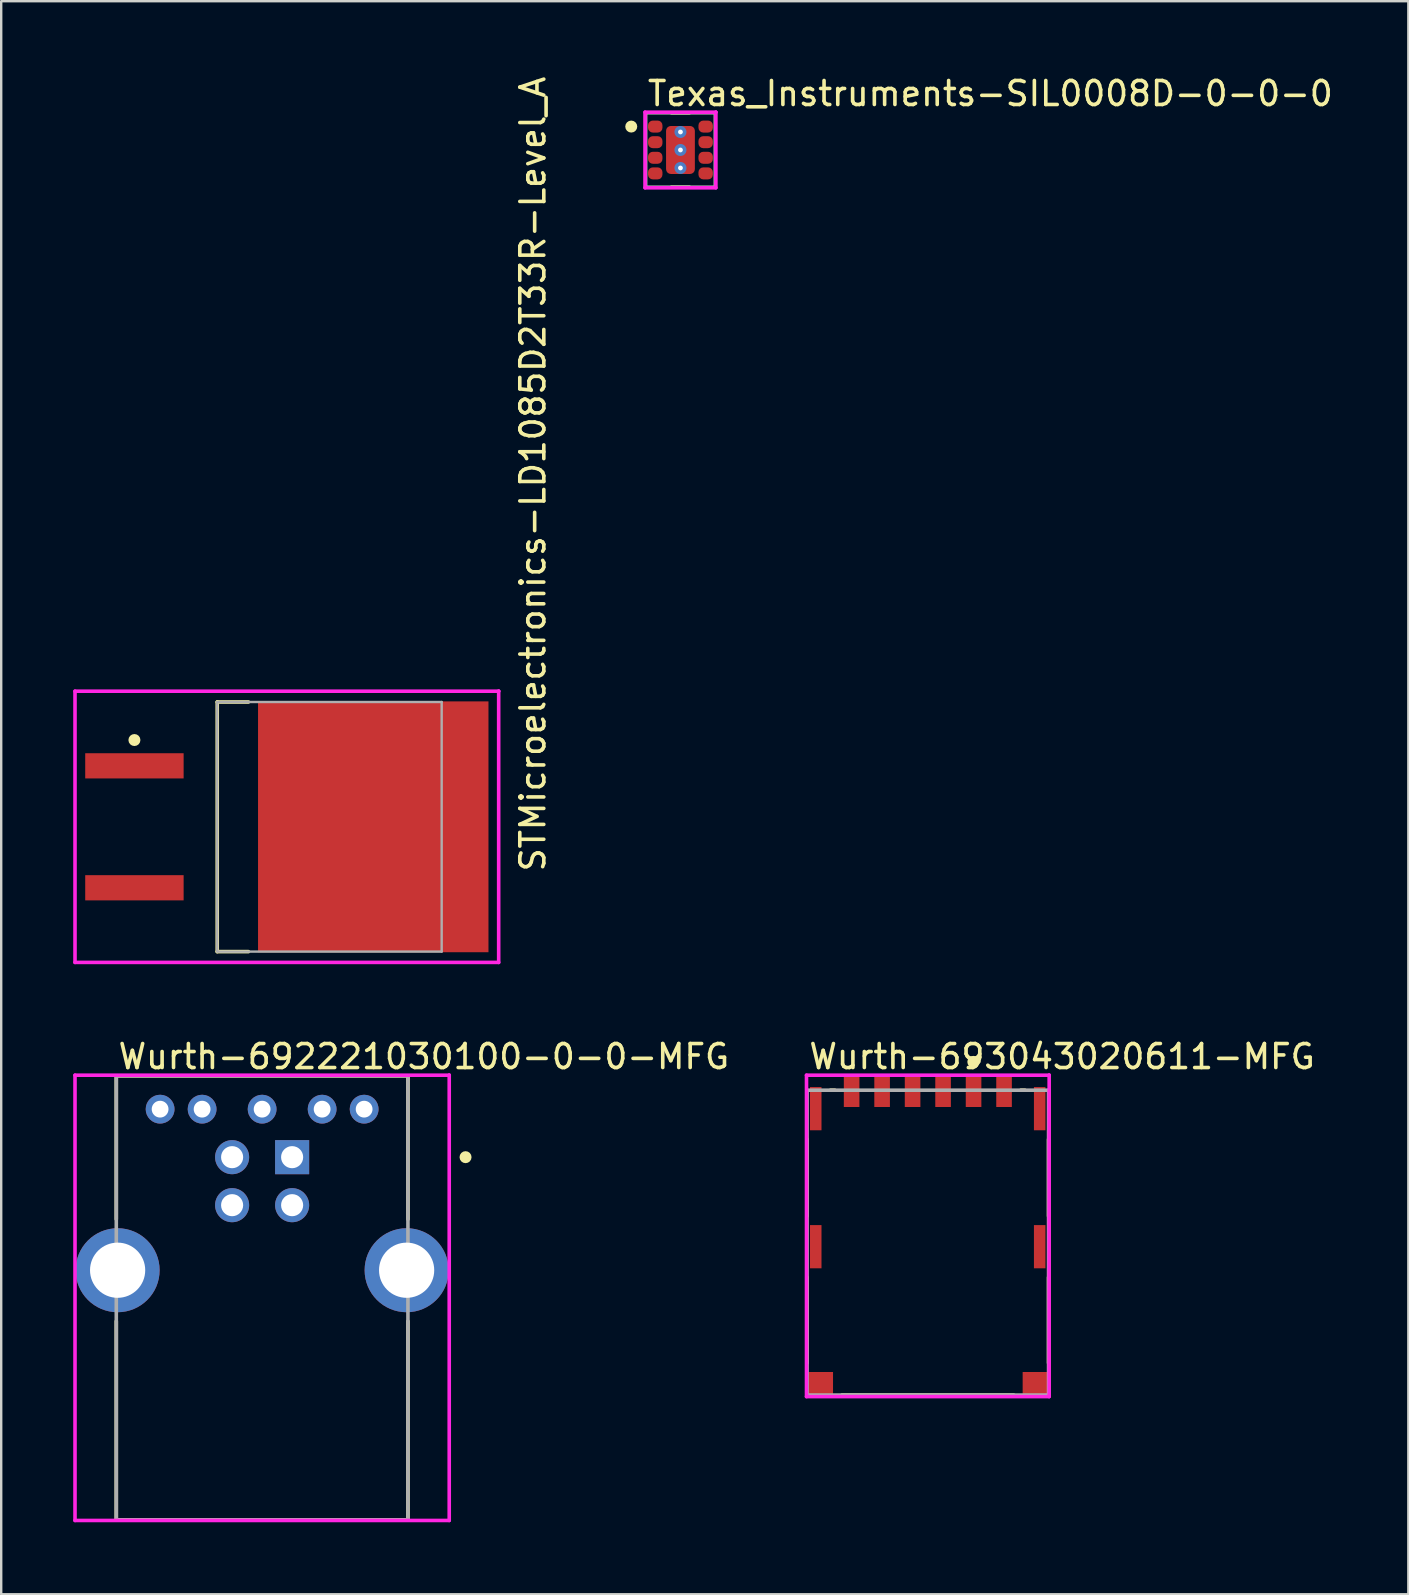
<source format=kicad_pcb>
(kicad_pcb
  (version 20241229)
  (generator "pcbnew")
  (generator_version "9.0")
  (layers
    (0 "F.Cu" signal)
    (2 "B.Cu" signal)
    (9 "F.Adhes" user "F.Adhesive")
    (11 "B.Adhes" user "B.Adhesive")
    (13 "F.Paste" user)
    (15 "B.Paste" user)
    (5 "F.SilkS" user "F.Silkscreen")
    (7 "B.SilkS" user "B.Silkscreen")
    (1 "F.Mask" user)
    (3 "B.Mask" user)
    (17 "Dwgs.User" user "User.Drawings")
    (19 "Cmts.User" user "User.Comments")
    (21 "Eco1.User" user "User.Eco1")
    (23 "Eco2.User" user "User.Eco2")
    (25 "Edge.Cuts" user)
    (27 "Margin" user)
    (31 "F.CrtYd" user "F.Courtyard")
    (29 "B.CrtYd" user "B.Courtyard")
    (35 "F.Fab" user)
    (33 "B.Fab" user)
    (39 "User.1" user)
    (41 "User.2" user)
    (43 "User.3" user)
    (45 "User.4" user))
  (footprint "STMicroelectronics-LD1085D2T33R-Level_A"
    (layer "F.Cu")
    (at 8.9 31.395)
    (property "Reference" "STMicroelectronics-LD1085D2T33R-Level_A" (at 10.25 1.95 90) (layer "F.SilkS") (effects (font (size 1 1) (thickness 0.15)) (justify left)))
    (attr through_hole)
    (fp_line (start -2.9 -5.2) (end -1.6 -5.2) (stroke (width 0.15) (type solid)) (layer "F.SilkS"))
    (fp_line (start -2.9 5.2) (end -2.9 -5.2) (stroke (width 0.15) (type solid)) (layer "F.SilkS"))
    (fp_line (start -2.9 5.2) (end -1.6 5.2) (stroke (width 0.15) (type solid)) (layer "F.SilkS"))
    (fp_circle (center -6.35 -3.615) (end -6.225 -3.615) (stroke (width 0.25) (type solid)) (fill no) (layer "F.SilkS"))
    (fp_line (start -8.825 -5.65) (end -8.825 5.65) (stroke (width 0.15) (type solid)) (layer "F.CrtYd"))
    (fp_line (start -8.825 5.65) (end 8.825 5.65) (stroke (width 0.15) (type solid)) (layer "F.CrtYd"))
    (fp_line (start 8.825 -5.65) (end -8.825 -5.65) (stroke (width 0.15) (type solid)) (layer "F.CrtYd"))
    (fp_line (start 8.825 -5.65) (end 8.825 -5.65) (stroke (width 0.15) (type solid)) (layer "F.CrtYd"))
    (fp_line (start 8.825 5.65) (end 8.825 -5.65) (stroke (width 0.15) (type solid)) (layer "F.CrtYd"))
    (fp_line (start -2.9 -5.2) (end 6.45 -5.2) (stroke (width 0.1) (type solid)) (layer "F.Fab"))
    (fp_line (start -2.9 5.2) (end -2.9 -5.2) (stroke (width 0.1) (type solid)) (layer "F.Fab"))
    (fp_line (start -2.9 5.2) (end 6.45 5.2) (stroke (width 0.1) (type solid)) (layer "F.Fab"))
    (fp_line (start 6.45 5.2) (end 6.45 -5.2) (stroke (width 0.1) (type solid)) (layer "F.Fab"))
    (pad "1" smd rect (at -6.35 -2.54 270) (size 1.05 4.1) (layers "F.Cu" "F.Mask" "F.Paste"))
    (pad "3" smd rect (at -6.35 2.54 270) (size 1.05 4.1) (layers "F.Cu" "F.Mask" "F.Paste"))
    (pad "4" smd rect (at 3.6 -0.000001 270) (size 10.45 9.6) (layers "F.Cu" "F.Mask" "F.Paste")))
  (footprint "Texas_Instruments-SIL0008D-0-0-0"
    (layer "F.Cu")
    (at 25.298 3.198)
    (property "Reference" "Texas_Instruments-SIL0008D-0-0-0" (at -1.45 -2.35 0) (layer "F.SilkS") (effects (font (size 1 1) (thickness 0.15)) (justify left)))
    (attr through_hole)
    (fp_line (start -0.375 -1.55) (end 0.375 -1.55) (stroke (width 0.15) (type solid)) (layer "F.SilkS"))
    (fp_line (start -0.375 1.55) (end 0.375 1.55) (stroke (width 0.15) (type solid)) (layer "F.SilkS"))
    (fp_circle (center -2.05 -0.975) (end -1.925 -0.975) (stroke (width 0.25) (type solid)) (fill no) (layer "F.SilkS"))
    (fp_line (start -1.475 -1.575) (end -1.475 1.575) (stroke (width 0.15) (type solid)) (layer "F.CrtYd"))
    (fp_line (start -1.475 1.575) (end 1.475 1.575) (stroke (width 0.15) (type solid)) (layer "F.CrtYd"))
    (fp_line (start 1.475 -1.575) (end -1.475 -1.575) (stroke (width 0.15) (type solid)) (layer "F.CrtYd"))
    (fp_line (start 1.475 -1.575) (end 1.475 -1.575) (stroke (width 0.15) (type solid)) (layer "F.CrtYd"))
    (fp_line (start 1.475 1.575) (end 1.475 -1.575) (stroke (width 0.15) (type solid)) (layer "F.CrtYd"))
    (fp_line (start -1.45 -1.55) (end 1.45 -1.55) (stroke (width 0.15) (type solid)) (layer "F.Fab"))
    (fp_line (start -1.45 1.55) (end -1.45 -1.55) (stroke (width 0.15) (type solid)) (layer "F.Fab"))
    (fp_line (start 1.45 -1.55) (end 1.45 1.55) (stroke (width 0.15) (type solid)) (layer "F.Fab"))
    (fp_line (start 1.45 1.55) (end -1.45 1.55) (stroke (width 0.15) (type solid)) (layer "F.Fab"))
    (pad "" smd roundrect (at -1.05 -0.975) (size 0.5 0.4) (layers "F.Mask" "F.Paste") (roundrect_rratio 0.25))
    (pad "" smd roundrect (at -1.05 -0.325) (size 0.5 0.4) (layers "F.Mask" "F.Paste") (roundrect_rratio 0.25))
    (pad "" smd roundrect (at -1.05 0.325) (size 0.5 0.4) (layers "F.Mask" "F.Paste") (roundrect_rratio 0.25))
    (pad "" smd roundrect (at -1.05 0.975) (size 0.5 0.4) (layers "F.Mask" "F.Paste") (roundrect_rratio 0.25))
    (pad "" smd roundrect (at 0 -0.525) (size 1.04 0.85) (layers "F.Paste") (roundrect_rratio 0.118))
    (pad "" smd roundrect (at 0 0) (size 1.1 1.9) (layers "F.Mask") (roundrect_rratio 0.091))
    (pad "" smd roundrect (at 0 0.525) (size 1.04 0.85) (layers "F.Paste") (roundrect_rratio 0.118))
    (pad "" smd roundrect (at 1.05 -0.975) (size 0.5 0.4) (layers "F.Mask" "F.Paste") (roundrect_rratio 0.25))
    (pad "" smd roundrect (at 1.05 -0.325) (size 0.5 0.4) (layers "F.Mask" "F.Paste") (roundrect_rratio 0.25))
    (pad "" smd roundrect (at 1.05 0.325) (size 0.5 0.4) (layers "F.Mask" "F.Paste") (roundrect_rratio 0.25))
    (pad "" smd roundrect (at 1.05 0.975) (size 0.5 0.4) (layers "F.Mask" "F.Paste") (roundrect_rratio 0.25))
    (pad "1" smd roundrect (at -1.05 -0.975) (size 0.6 0.5) (layers "F.Cu") (roundrect_rratio 0.4))
    (pad "2" smd roundrect (at -1.05 -0.325) (size 0.6 0.5) (layers "F.Cu") (roundrect_rratio 0.4))
    (pad "3" smd roundrect (at -1.05 0.325) (size 0.6 0.5) (layers "F.Cu") (roundrect_rratio 0.4))
    (pad "4" smd roundrect (at -1.05 0.975) (size 0.6 0.5) (layers "F.Cu") (roundrect_rratio 0.4))
    (pad "5" smd roundrect (at 1.05 0.975) (size 0.6 0.5) (layers "F.Cu") (roundrect_rratio 0.4))
    (pad "6" smd roundrect (at 1.05 0.325) (size 0.6 0.5) (layers "F.Cu") (roundrect_rratio 0.4))
    (pad "7" smd roundrect (at 1.05 -0.325) (size 0.6 0.5) (layers "F.Cu") (roundrect_rratio 0.4))
    (pad "8" smd roundrect (at 1.05 -0.975) (size 0.6 0.5) (layers "F.Cu") (roundrect_rratio 0.4))
    (pad "9" thru_hole circle (at 0 -0.75) (size 0.5 0.5) (drill 0.2) (layers "*.Cu"))
    (pad "9" thru_hole circle (at 0 0) (size 0.5 0.5) (drill 0.2) (layers "*.Cu"))
    (pad "9" smd roundrect (at 0 0) (size 1.2 2) (layers "F.Cu") (roundrect_rratio 0.167))
    (pad "9" thru_hole circle (at 0 0.75) (size 0.5 0.5) (drill 0.2) (layers "*.Cu")))
  (footprint "Wurth-692221030100-0-0-MFG"
    (layer "F.Cu")
    (at 7.87 51.018)
    (property "Reference" "Wurth-692221030100-0-0-MFG" (at -6.075 -10.05 0) (layer "F.SilkS") (effects (font (size 1 1) (thickness 0.15)) (justify left)))
    (attr through_hole)
    (fp_line (start -6.075 -9.25) (end 6.075 -9.25) (stroke (width 0.15) (type solid)) (layer "F.SilkS"))
    (fp_line (start -6.075 -3.275) (end -6.075 -9.25) (stroke (width 0.15) (type solid)) (layer "F.SilkS"))
    (fp_line (start -6.075 9.25) (end -6.075 0.975) (stroke (width 0.15) (type solid)) (layer "F.SilkS"))
    (fp_line (start -6.075 9.25) (end 6.075 9.25) (stroke (width 0.15) (type solid)) (layer "F.SilkS"))
    (fp_line (start 6.075 -3.275) (end 6.075 -9.25) (stroke (width 0.15) (type solid)) (layer "F.SilkS"))
    (fp_line (start 6.075 9.25) (end 6.075 0.975) (stroke (width 0.15) (type solid)) (layer "F.SilkS"))
    (fp_circle (center 8.475 -5.86) (end 8.6 -5.86) (stroke (width 0.25) (type solid)) (fill no) (layer "F.SilkS"))
    (fp_line (start -7.795 -9.275) (end -7.795 9.275) (stroke (width 0.15) (type solid)) (layer "F.CrtYd"))
    (fp_line (start -7.795 9.275) (end 7.795 9.275) (stroke (width 0.15) (type solid)) (layer "F.CrtYd"))
    (fp_line (start 7.795 -9.275) (end -7.795 -9.275) (stroke (width 0.15) (type solid)) (layer "F.CrtYd"))
    (fp_line (start 7.795 -9.275) (end 7.795 -9.275) (stroke (width 0.15) (type solid)) (layer "F.CrtYd"))
    (fp_line (start 7.795 9.275) (end 7.795 -9.275) (stroke (width 0.15) (type solid)) (layer "F.CrtYd"))
    (fp_line (start -6.075 -9.25) (end 6.075 -9.25) (stroke (width 0.15) (type solid)) (layer "F.Fab"))
    (fp_line (start -6.075 9.25) (end -6.075 -9.25) (stroke (width 0.15) (type solid)) (layer "F.Fab"))
    (fp_line (start 6.075 -9.25) (end 6.075 9.25) (stroke (width 0.15) (type solid)) (layer "F.Fab"))
    (fp_line (start 6.075 9.25) (end -6.075 9.25) (stroke (width 0.15) (type solid)) (layer "F.Fab"))
    (pad "1" thru_hole rect (at 1.25 -5.86) (size 1.42 1.42) (drill 0.92) (layers "*.Cu"))
    (pad "2" thru_hole circle (at -1.25 -5.86) (size 1.42 1.42) (drill 0.92) (layers "*.Cu"))
    (pad "3" thru_hole circle (at -1.25 -3.86) (size 1.42 1.42) (drill 0.92) (layers "*.Cu"))
    (pad "4" thru_hole circle (at 1.25 -3.86) (size 1.42 1.42) (drill 0.92) (layers "*.Cu"))
    (pad "5" thru_hole circle (at -4.25 -7.86) (size 1.2 1.2) (drill 0.7) (layers "*.Cu"))
    (pad "6" thru_hole circle (at -2.5 -7.86) (size 1.2 1.2) (drill 0.7) (layers "*.Cu"))
    (pad "7" thru_hole circle (at 0 -7.86) (size 1.2 1.2) (drill 0.7) (layers "*.Cu"))
    (pad "8" thru_hole circle (at 2.5 -7.86) (size 1.2 1.2) (drill 0.7) (layers "*.Cu"))
    (pad "9" thru_hole circle (at 4.25 -7.86) (size 1.2 1.2) (drill 0.7) (layers "*.Cu"))
    (pad "10" thru_hole circle (at -6.02 -1.15) (size 3.5 3.5) (drill 2.3) (layers "*.Cu"))
    (pad "11" thru_hole circle (at 6.02 -1.15) (size 3.5 3.5) (drill 2.3) (layers "*.Cu")))
  (footprint "Wurth-693043020611-MFG"
    (layer "F.Cu")
    (at 35.604 48.718)
    (property "Reference" "Wurth-693043020611-MFG" (at -5.03 -7.75 0) (layer "F.SilkS") (effects (font (size 1 1) (thickness 0.15)) (justify left)))
    (attr through_hole)
    (fp_line (start -5.03 -1.105) (end -5.03 -4.305) (stroke (width 0.15) (type solid)) (layer "F.SilkS"))
    (fp_line (start -5.03 5.015) (end -5.03 1.445) (stroke (width 0.15) (type solid)) (layer "F.SilkS"))
    (fp_line (start -4.055 -6.35) (end -3.875 -6.35) (stroke (width 0.15) (type solid)) (layer "F.SilkS"))
    (fp_line (start -3.575 6.35) (end 3.575 6.35) (stroke (width 0.15) (type solid)) (layer "F.SilkS"))
    (fp_line (start 3.875 -6.35) (end 4.045 -6.35) (stroke (width 0.15) (type solid)) (layer "F.SilkS"))
    (fp_line (start 5.03 -1.105) (end 5.03 -4.305) (stroke (width 0.15) (type solid)) (layer "F.SilkS"))
    (fp_line (start 5.03 5.015) (end 5.03 1.445) (stroke (width 0.15) (type solid)) (layer "F.SilkS"))
    (fp_circle (center 1.895 -7.53) (end 2.02 -7.53) (stroke (width 0.25) (type solid)) (fill no) (layer "F.SilkS"))
    (fp_line (start -5.055 -6.975) (end -5.055 6.415) (stroke (width 0.15) (type solid)) (layer "F.CrtYd"))
    (fp_line (start -5.055 6.415) (end 5.055 6.415) (stroke (width 0.15) (type solid)) (layer "F.CrtYd"))
    (fp_line (start 5.055 -6.975) (end -5.055 -6.975) (stroke (width 0.15) (type solid)) (layer "F.CrtYd"))
    (fp_line (start 5.055 -6.975) (end 5.055 -6.975) (stroke (width 0.15) (type solid)) (layer "F.CrtYd"))
    (fp_line (start 5.055 6.415) (end 5.055 -6.975) (stroke (width 0.15) (type solid)) (layer "F.CrtYd"))
    (fp_line (start -5.03 -6.35) (end 5.03 -6.35) (stroke (width 0.15) (type solid)) (layer "F.Fab"))
    (fp_line (start -5.03 6.35) (end -5.03 -6.35) (stroke (width 0.15) (type solid)) (layer "F.Fab"))
    (fp_line (start 5.03 -6.35) (end 5.03 6.35) (stroke (width 0.15) (type solid)) (layer "F.Fab"))
    (fp_line (start 5.03 6.35) (end -5.03 6.35) (stroke (width 0.15) (type solid)) (layer "F.Fab"))
    (pad "C1" smd rect (at 1.905 -6.3) (size 0.65 1.3) (layers "F.Cu" "F.Mask" "F.Paste"))
    (pad "C2" smd rect (at -0.635 -6.3) (size 0.65 1.3) (layers "F.Cu" "F.Mask" "F.Paste"))
    (pad "C3" smd rect (at -1.905 -6.3) (size 0.65 1.3) (layers "F.Cu" "F.Mask" "F.Paste"))
    (pad "C5" smd rect (at 3.175 -6.3) (size 0.65 1.3) (layers "F.Cu" "F.Mask" "F.Paste"))
    (pad "C6" smd rect (at 0.635 -6.3) (size 0.65 1.3) (layers "F.Cu" "F.Mask" "F.Paste"))
    (pad "C7" smd rect (at -3.175 -6.3) (size 0.65 1.3) (layers "F.Cu" "F.Mask" "F.Paste"))
    (pad "MNT" smd rect (at -4.67 -5.58) (size 0.48 1.8) (layers "F.Cu" "F.Mask" "F.Paste"))
    (pad "MNT" smd rect (at -4.67 0.17) (size 0.48 1.8) (layers "F.Cu" "F.Mask" "F.Paste"))
    (pad "MNT" smd rect (at -4.465 5.89) (size 1.03 1) (layers "F.Cu" "F.Mask" "F.Paste"))
    (pad "MNT" smd rect (at 4.465 5.89) (size 1.03 1) (layers "F.Cu" "F.Mask" "F.Paste"))
    (pad "MNT" smd rect (at 4.66 -5.58) (size 0.48 1.8) (layers "F.Cu" "F.Mask" "F.Paste"))
    (pad "MNT" smd rect (at 4.66 0.17) (size 0.48 1.8) (layers "F.Cu" "F.Mask" "F.Paste")))
  (gr_rect
    (start -3 -3)
    (end 55.622 63.368)
    (stroke (width 0.1) (type default))
    (fill no)
    (layer "Edge.Cuts")))
</source>
